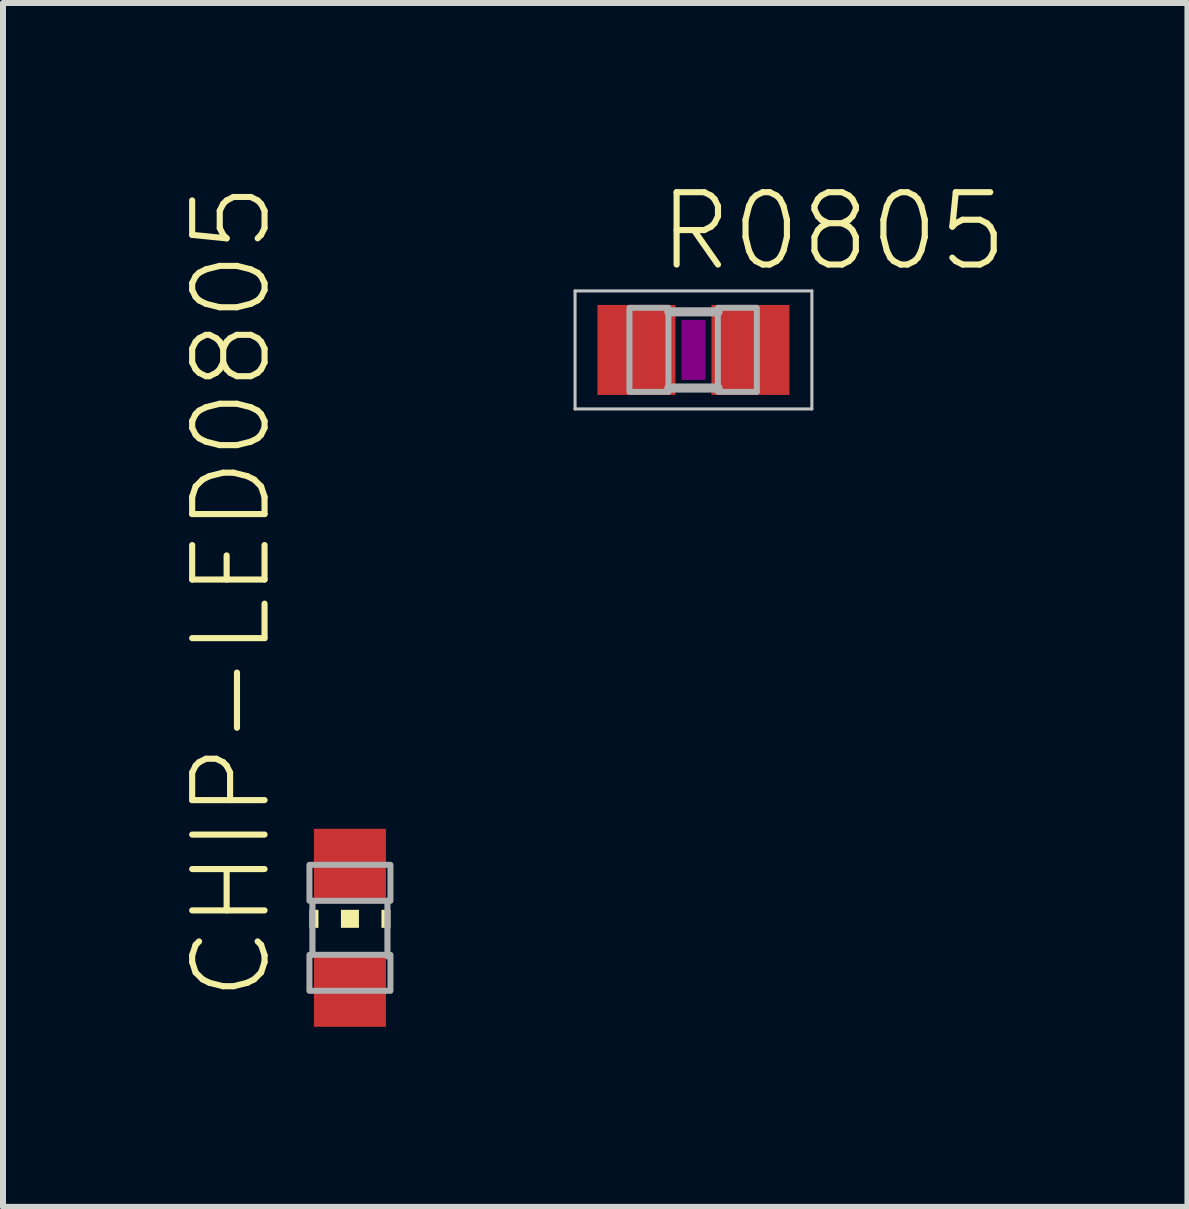
<source format=kicad_pcb>
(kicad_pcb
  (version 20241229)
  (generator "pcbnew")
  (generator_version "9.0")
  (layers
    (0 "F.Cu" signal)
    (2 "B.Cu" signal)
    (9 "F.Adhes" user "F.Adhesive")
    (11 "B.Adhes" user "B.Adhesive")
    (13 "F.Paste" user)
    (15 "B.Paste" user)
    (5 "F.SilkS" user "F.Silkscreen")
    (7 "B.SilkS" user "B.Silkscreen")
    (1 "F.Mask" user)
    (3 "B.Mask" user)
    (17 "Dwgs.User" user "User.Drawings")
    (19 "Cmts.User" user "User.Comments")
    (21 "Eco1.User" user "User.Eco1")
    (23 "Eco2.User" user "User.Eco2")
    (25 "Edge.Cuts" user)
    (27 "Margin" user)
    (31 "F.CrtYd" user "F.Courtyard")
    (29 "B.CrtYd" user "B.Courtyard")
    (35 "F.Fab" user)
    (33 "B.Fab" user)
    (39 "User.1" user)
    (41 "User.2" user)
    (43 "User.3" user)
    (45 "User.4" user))
  (footprint "CHIP-LED0805"
    (layer "F.Cu")
    (at 2.781 12.41)
    (property "Reference" "CHIP-LED0805" (at -1.27 1.27 90) (layer "F.SilkS") (effects (font (size 1.206 1.206) (thickness 0.102)) (justify left bottom)))
    (attr through_hole)
    (fp_poly (pts (xy -0.675 0) (xy -0.525 0) (xy -0.525 -0.3) (xy -0.675 -0.3)) (stroke (width 0) (type solid)) (fill yes) (layer "F.SilkS"))
    (fp_poly (pts (xy -0.15 0) (xy 0.15 0) (xy 0.15 -0.3) (xy -0.15 -0.3)) (stroke (width 0) (type solid)) (fill yes) (layer "F.SilkS"))
    (fp_poly (pts (xy 0.525 0) (xy 0.675 0) (xy 0.675 -0.3) (xy 0.525 -0.3)) (stroke (width 0) (type solid)) (fill yes) (layer "F.SilkS"))
    (fp_line (start -0.625 -0.45) (end -0.625 0.45) (stroke (width 0.102) (type solid)) (layer "F.Fab"))
    (fp_line (start 0.625 -0.45) (end 0.625 0.475) (stroke (width 0.102) (type solid)) (layer "F.Fab"))
    (fp_poly (pts (xy -0.675 -0.45) (xy 0.675 -0.45) (xy 0.675 -1.05) (xy -0.675 -1.05)) (stroke (width 0.1) (type solid)) (fill no) (layer "F.Fab"))
    (fp_poly (pts (xy -0.675 1.05) (xy 0.675 1.05) (xy 0.675 0.45) (xy -0.675 0.45)) (stroke (width 0.1) (type solid)) (fill no) (layer "F.Fab"))
    (pad "A" smd rect (at 0 1.05) (size 1.2 1.2) (layers "F.Cu" "F.Mask" "F.Paste"))
    (pad "C" smd rect (at 0 -1.05) (size 1.2 1.2) (layers "F.Cu" "F.Mask" "F.Paste")))
  (footprint "R0805"
    (layer "F.Cu")
    (at 8.505 2.781)
    (property "Reference" "R0805" (at -0.635 -1.27 0) (layer "F.SilkS") (effects (font (size 1.206 1.206) (thickness 0.102)) (justify left bottom)))
    (attr through_hole)
    (fp_poly (pts (xy -0.2 0.5) (xy 0.2 0.5) (xy 0.2 -0.5) (xy -0.2 -0.5)) (stroke (width 0) (type solid)) (fill yes) (layer "F.Adhes"))
    (fp_line (start -1.973 -0.983) (end 1.973 -0.983) (stroke (width 0.051) (type solid)) (layer "Dwgs.User"))
    (fp_line (start -1.973 0.983) (end -1.973 -0.983) (stroke (width 0.051) (type solid)) (layer "Dwgs.User"))
    (fp_line (start 1.973 -0.983) (end 1.973 0.983) (stroke (width 0.051) (type solid)) (layer "Dwgs.User"))
    (fp_line (start 1.973 0.983) (end -1.973 0.983) (stroke (width 0.051) (type solid)) (layer "Dwgs.User"))
    (fp_line (start -0.41 -0.635) (end 0.41 -0.635) (stroke (width 0.152) (type solid)) (layer "F.Fab"))
    (fp_line (start -0.41 0.635) (end 0.41 0.635) (stroke (width 0.152) (type solid)) (layer "F.Fab"))
    (fp_poly (pts (xy -1.067 0.699) (xy -0.417 0.699) (xy -0.417 -0.702) (xy -1.067 -0.702)) (stroke (width 0.1) (type solid)) (fill no) (layer "F.Fab"))
    (fp_poly (pts (xy 0.406 0.699) (xy 1.056 0.699) (xy 1.056 -0.702) (xy 0.406 -0.702)) (stroke (width 0.1) (type solid)) (fill no) (layer "F.Fab"))
    (pad "1" smd rect (at -0.95 0) (size 1.3 1.5) (layers "F.Cu" "F.Mask" "F.Paste"))
    (pad "2" smd rect (at 0.95 0) (size 1.3 1.5) (layers "F.Cu" "F.Mask" "F.Paste")))
  (gr_rect
    (start -3 -3)
    (end 16.736 17.06)
    (stroke (width 0.1) (type default))
    (fill no)
    (layer "Edge.Cuts")))
</source>
